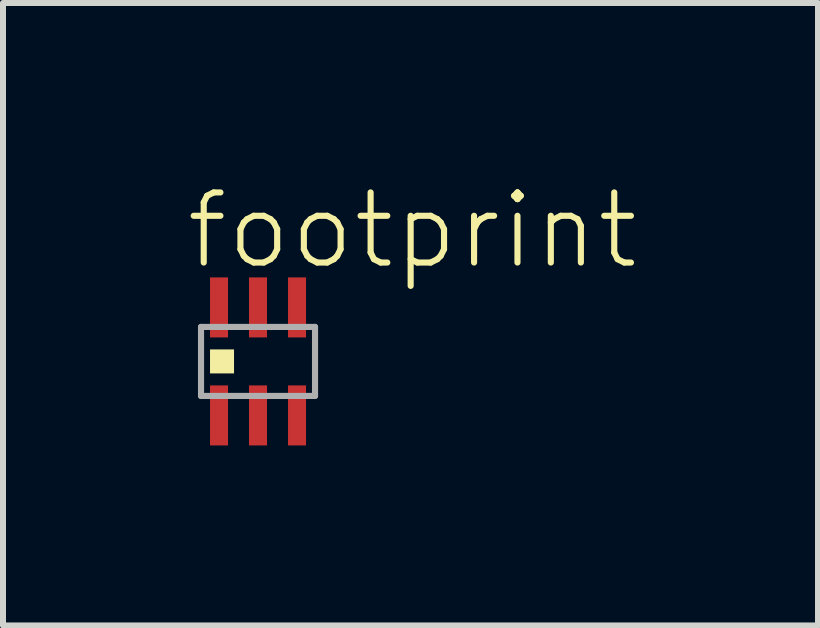
<source format=kicad_pcb>
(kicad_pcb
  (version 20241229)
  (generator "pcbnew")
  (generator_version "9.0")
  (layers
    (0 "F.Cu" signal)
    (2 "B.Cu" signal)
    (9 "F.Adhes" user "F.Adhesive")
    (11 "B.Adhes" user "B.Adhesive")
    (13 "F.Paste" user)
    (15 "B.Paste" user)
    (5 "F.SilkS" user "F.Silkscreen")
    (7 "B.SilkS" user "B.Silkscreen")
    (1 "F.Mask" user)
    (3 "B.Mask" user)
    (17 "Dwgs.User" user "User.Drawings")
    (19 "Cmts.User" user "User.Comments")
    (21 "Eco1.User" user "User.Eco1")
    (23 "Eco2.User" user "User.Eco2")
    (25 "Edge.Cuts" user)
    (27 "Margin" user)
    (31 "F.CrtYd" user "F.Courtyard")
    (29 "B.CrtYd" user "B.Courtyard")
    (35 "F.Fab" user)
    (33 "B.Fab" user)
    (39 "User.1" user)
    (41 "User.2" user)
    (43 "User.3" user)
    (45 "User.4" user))
  (footprint "footprint"
    (layer "F.Cu")
    (at 1.25 2.973)
    (property "Reference" "footprint" (at -1.25 -1.5 0) (layer "F.SilkS") (effects (font (size 1.168 1.168) (thickness 0.102)) (justify left bottom)))
    (fp_poly (pts (xy -0.8 0.2) (xy -0.4 0.2) (xy -0.4 -0.2) (xy -0.8 -0.2)) (stroke (width 0) (type solid)) (fill yes) (layer "F.SilkS"))
    (fp_line (start -0.95 -0.575) (end 0.95 -0.575) (stroke (width 0.102) (type solid)) (layer "F.Fab"))
    (fp_line (start -0.95 0.575) (end -0.95 -0.575) (stroke (width 0.102) (type solid)) (layer "F.Fab"))
    (fp_line (start 0.95 -0.575) (end 0.95 0.575) (stroke (width 0.102) (type solid)) (layer "F.Fab"))
    (fp_line (start 0.95 0.575) (end -0.95 0.575) (stroke (width 0.102) (type solid)) (layer "F.Fab"))
    (pad "1" smd rect (at -0.65 0.9) (size 0.3 1) (layers "F.Cu" "F.Mask" "F.Paste"))
    (pad "2" smd rect (at 0 0.9) (size 0.3 1) (layers "F.Cu" "F.Mask" "F.Paste"))
    (pad "3" smd rect (at 0.65 0.9) (size 0.3 1) (layers "F.Cu" "F.Mask" "F.Paste"))
    (pad "4" smd rect (at 0.65 -0.9 180) (size 0.3 1) (layers "F.Cu" "F.Mask" "F.Paste"))
    (pad "5" smd rect (at 0 -0.9 180) (size 0.3 1) (layers "F.Cu" "F.Mask" "F.Paste"))
    (pad "6" smd rect (at -0.65 -0.9 180) (size 0.3 1) (layers "F.Cu" "F.Mask" "F.Paste")))
  (gr_rect
    (start -3 -3)
    (end 10.582 7.373)
    (stroke (width 0.1) (type default))
    (fill no)
    (layer "Edge.Cuts")))
</source>
